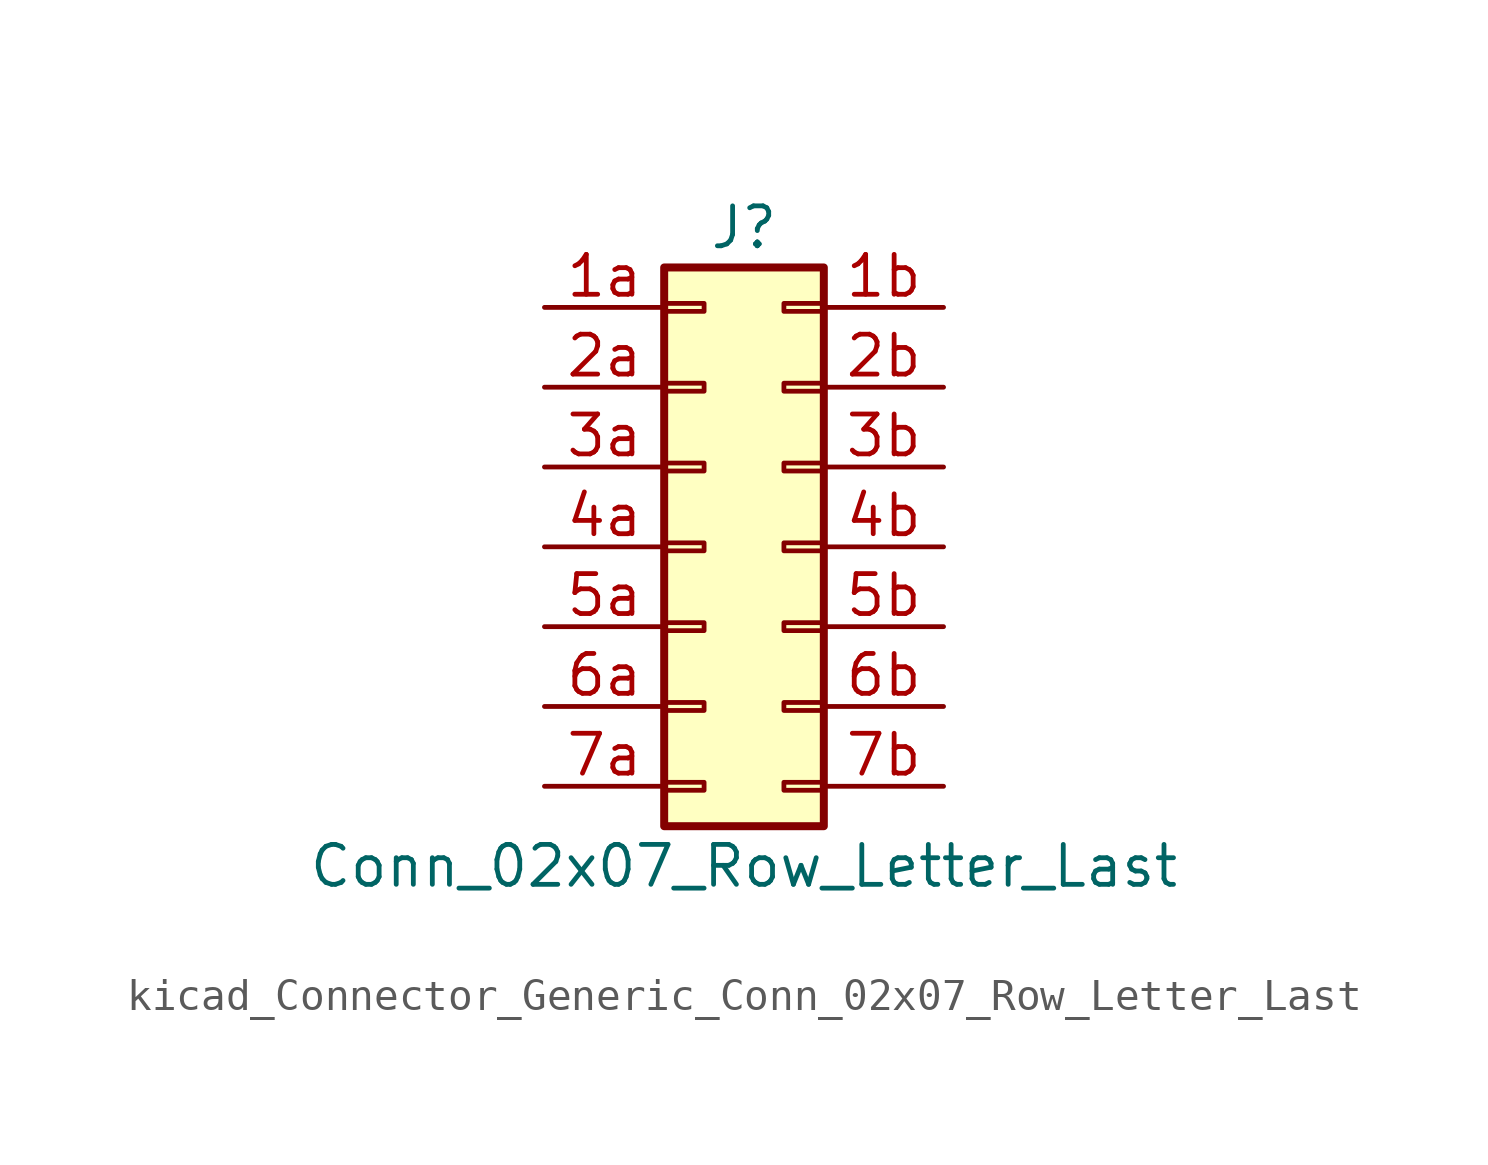
<source format=kicad_sym>
(kicad_symbol_lib
  (version 20220914)
  (generator kicad_symbol_editor)
  (symbol "kicad_Connector_Generic_Conn_02x07_Row_Letter_Last"
    (pin_names
      (offset 1.016) hide)
    (property "Reference" "J"
      (at 1.27 10.16 0)
      (effects (font (size 1.27 1.27))))
    (property "Value" "Conn_02x07_Row_Letter_Last"
      (at 1.27 -10.16 0)
      (effects (font (size 1.27 1.27))))
    (symbol "kicad_Connector_Generic_Conn_02x07_Row_Letter_Last_1_1"
      (rectangle (start -1.27 -7.493) (end 0 -7.747) (stroke (width 0.152) (type default)) (fill (type none)))
      (rectangle (start -1.27 -4.953) (end 0 -5.207) (stroke (width 0.152) (type default)) (fill (type none)))
      (rectangle (start -1.27 -2.413) (end 0 -2.667) (stroke (width 0.152) (type default)) (fill (type none)))
      (rectangle (start -1.27 0.127) (end 0 -0.127) (stroke (width 0.152) (type default)) (fill (type none)))
      (rectangle (start -1.27 2.667) (end 0 2.413) (stroke (width 0.152) (type default)) (fill (type none)))
      (rectangle (start -1.27 5.207) (end 0 4.953) (stroke (width 0.152) (type default)) (fill (type none)))
      (rectangle (start -1.27 7.747) (end 0 7.493) (stroke (width 0.152) (type default)) (fill (type none)))
      (rectangle (start -1.27 8.89) (end 3.81 -8.89) (stroke (width 0.254) (type default)) (fill (type background)))
      (rectangle (start 3.81 -7.493) (end 2.54 -7.747) (stroke (width 0.152) (type default)) (fill (type none)))
      (rectangle (start 3.81 -4.953) (end 2.54 -5.207) (stroke (width 0.152) (type default)) (fill (type none)))
      (rectangle (start 3.81 -2.413) (end 2.54 -2.667) (stroke (width 0.152) (type default)) (fill (type none)))
      (rectangle (start 3.81 0.127) (end 2.54 -0.127) (stroke (width 0.152) (type default)) (fill (type none)))
      (rectangle (start 3.81 2.667) (end 2.54 2.413) (stroke (width 0.152) (type default)) (fill (type none)))
      (rectangle (start 3.81 5.207) (end 2.54 4.953) (stroke (width 0.152) (type default)) (fill (type none)))
      (rectangle (start 3.81 7.747) (end 2.54 7.493) (stroke (width 0.152) (type default)) (fill (type none)))
      (pin passive line (at -5.08 7.62 0) (length 3.81) (name "Pin_1a" (effects (font (size 1.27 1.27)))) (number "1a" (effects (font (size 1.27 1.27)))))
      (pin passive line (at 7.62 7.62 180) (length 3.81) (name "Pin_1b" (effects (font (size 1.27 1.27)))) (number "1b" (effects (font (size 1.27 1.27)))))
      (pin passive line (at -5.08 5.08 0) (length 3.81) (name "Pin_2a" (effects (font (size 1.27 1.27)))) (number "2a" (effects (font (size 1.27 1.27)))))
      (pin passive line (at 7.62 5.08 180) (length 3.81) (name "Pin_2b" (effects (font (size 1.27 1.27)))) (number "2b" (effects (font (size 1.27 1.27)))))
      (pin passive line (at -5.08 2.54 0) (length 3.81) (name "Pin_3a" (effects (font (size 1.27 1.27)))) (number "3a" (effects (font (size 1.27 1.27)))))
      (pin passive line (at 7.62 2.54 180) (length 3.81) (name "Pin_3b" (effects (font (size 1.27 1.27)))) (number "3b" (effects (font (size 1.27 1.27)))))
      (pin passive line (at -5.08 0 0) (length 3.81) (name "Pin_4a" (effects (font (size 1.27 1.27)))) (number "4a" (effects (font (size 1.27 1.27)))))
      (pin passive line (at 7.62 0 180) (length 3.81) (name "Pin_4b" (effects (font (size 1.27 1.27)))) (number "4b" (effects (font (size 1.27 1.27)))))
      (pin passive line (at -5.08 -2.54 0) (length 3.81) (name "Pin_5a" (effects (font (size 1.27 1.27)))) (number "5a" (effects (font (size 1.27 1.27)))))
      (pin passive line (at 7.62 -2.54 180) (length 3.81) (name "Pin_5b" (effects (font (size 1.27 1.27)))) (number "5b" (effects (font (size 1.27 1.27)))))
      (pin passive line (at -5.08 -5.08 0) (length 3.81) (name "Pin_6a" (effects (font (size 1.27 1.27)))) (number "6a" (effects (font (size 1.27 1.27)))))
      (pin passive line (at 7.62 -5.08 180) (length 3.81) (name "Pin_6b" (effects (font (size 1.27 1.27)))) (number "6b" (effects (font (size 1.27 1.27)))))
      (pin passive line (at -5.08 -7.62 0) (length 3.81) (name "Pin_7a" (effects (font (size 1.27 1.27)))) (number "7a" (effects (font (size 1.27 1.27)))))
      (pin passive line (at 7.62 -7.62 180) (length 3.81) (name "Pin_7b" (effects (font (size 1.27 1.27)))) (number "7b" (effects (font (size 1.27 1.27))))))))
</source>
